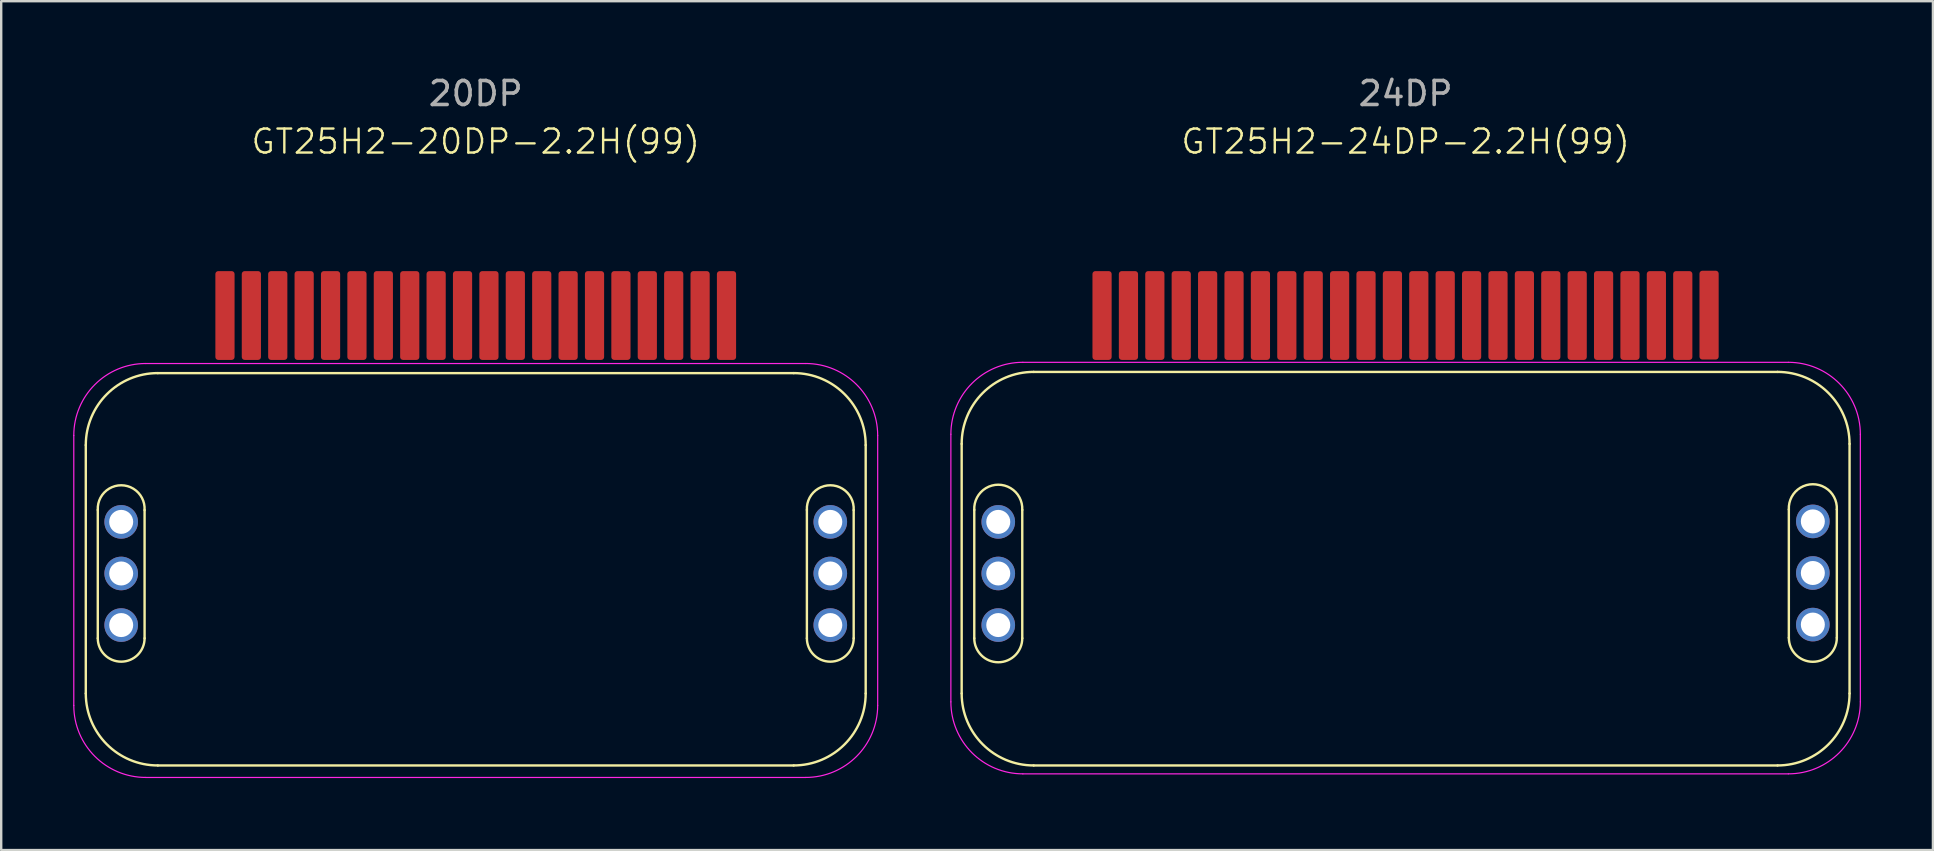
<source format=kicad_pcb>
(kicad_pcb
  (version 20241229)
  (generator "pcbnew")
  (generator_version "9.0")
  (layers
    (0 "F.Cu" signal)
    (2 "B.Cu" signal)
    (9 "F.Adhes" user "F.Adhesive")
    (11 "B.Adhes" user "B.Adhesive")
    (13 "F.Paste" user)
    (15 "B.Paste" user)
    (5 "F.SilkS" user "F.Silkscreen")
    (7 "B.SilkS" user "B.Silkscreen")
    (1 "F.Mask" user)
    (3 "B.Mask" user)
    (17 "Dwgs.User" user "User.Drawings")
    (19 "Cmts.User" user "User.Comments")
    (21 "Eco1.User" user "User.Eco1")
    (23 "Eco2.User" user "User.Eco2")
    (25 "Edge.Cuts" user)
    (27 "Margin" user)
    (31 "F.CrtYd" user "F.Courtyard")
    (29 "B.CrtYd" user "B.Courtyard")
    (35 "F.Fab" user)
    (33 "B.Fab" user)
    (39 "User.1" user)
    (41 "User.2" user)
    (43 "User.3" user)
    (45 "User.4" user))
  (footprint "GT25H2-20DP-2.2H(99)"
    (layer "F.Cu")
    (at 16.775 7.848)
    (property "Reference" "GT25H2-20DP-2.2H(99)" (at 0 -5 0) (unlocked yes) (layer "F.SilkS") (effects (font (size 1 1) (thickness 0.1))))
    (attr smd)
    (fp_line (start -16.25 18) (end -16.25 7.65) (stroke (width 0.1) (type default)) (layer "F.SilkS"))
    (fp_line (start -15.75 15.7) (end -15.75 10.351) (stroke (width 0.1) (type default)) (layer "F.SilkS"))
    (fp_line (start -13.8 10.359) (end -13.8 15.7) (stroke (width 0.1) (type default)) (layer "F.SilkS"))
    (fp_line (start -13.25 4.65) (end 13.25 4.65) (stroke (width 0.1) (type default)) (layer "F.SilkS"))
    (fp_line (start 13.25 21) (end -13.25 21) (stroke (width 0.1) (type default)) (layer "F.SilkS"))
    (fp_line (start 13.8 15.7) (end 13.8 10.351) (stroke (width 0.1) (type default)) (layer "F.SilkS"))
    (fp_line (start 15.75 10.359) (end 15.75 15.7) (stroke (width 0.1) (type default)) (layer "F.SilkS"))
    (fp_line (start 16.25 7.65) (end 16.25 18) (stroke (width 0.1) (type default)) (layer "F.SilkS"))
    (fp_arc (start -16.25 7.65) (mid -15.37132 5.52868) (end -13.25 4.65) (stroke (width 0.1) (type default)) (layer "F.SilkS"))
    (fp_arc (start -15.75 10.351249) (mid -14.771286 9.324975) (end -13.800409 10.358665) (stroke (width 0.1) (type solid)) (layer "F.SilkS"))
    (fp_arc (start -13.8 15.7) (mid -14.775 16.675) (end -15.75 15.7) (stroke (width 0.1) (type solid)) (layer "F.SilkS"))
    (fp_arc (start -13.25 21) (mid -15.37132 20.12132) (end -16.25 18) (stroke (width 0.1) (type default)) (layer "F.SilkS"))
    (fp_arc (start 13.25 4.65) (mid 15.37132 5.52868) (end 16.25 7.65) (stroke (width 0.1) (type default)) (layer "F.SilkS"))
    (fp_arc (start 13.8 10.351249) (mid 14.778714 9.324975) (end 15.749591 10.358665) (stroke (width 0.1) (type solid)) (layer "F.SilkS"))
    (fp_arc (start 15.75 15.7) (mid 14.775 16.675) (end 13.8 15.7) (stroke (width 0.1) (type solid)) (layer "F.SilkS"))
    (fp_arc (start 16.25 18) (mid 15.37132 20.12132) (end 13.25 21) (stroke (width 0.1) (type default)) (layer "F.SilkS"))
    (fp_line (start -16.75 18.5) (end -16.75 7.25) (stroke (width 0.05) (type default)) (layer "F.CrtYd"))
    (fp_line (start -13.75 4.25) (end 13.75 4.25) (stroke (width 0.05) (type default)) (layer "F.CrtYd"))
    (fp_line (start 13.75 21.5) (end -13.75 21.5) (stroke (width 0.05) (type default)) (layer "F.CrtYd"))
    (fp_line (start 16.75 7.25) (end 16.75 18.5) (stroke (width 0.05) (type default)) (layer "F.CrtYd"))
    (fp_arc (start -16.75 7.25) (mid -15.87132 5.12868) (end -13.75 4.25) (stroke (width 0.05) (type default)) (layer "F.CrtYd"))
    (fp_arc (start -13.75 21.5) (mid -15.87132 20.62132) (end -16.75 18.5) (stroke (width 0.05) (type default)) (layer "F.CrtYd"))
    (fp_arc (start 13.75 4.25) (mid 15.87132 5.12868) (end 16.75 7.25) (stroke (width 0.05) (type default)) (layer "F.CrtYd"))
    (fp_arc (start 16.75 18.5) (mid 15.87132 20.62132) (end 13.75 21.5) (stroke (width 0.05) (type default)) (layer "F.CrtYd"))
    (fp_text user "20DP" (at 0 -7 0) (unlocked yes) (layer "F.Fab") (effects (font (size 1 1) (thickness 0.15))))
    (pad "" np_thru_hole circle (at -14.775 10.85) (size 1.4 1.4) (drill 1) (layers "*.Cu" "*.Mask"))
    (pad "" np_thru_hole circle (at -14.775 13) (size 1.4 1.4) (drill 1) (layers "*.Cu" "*.Mask"))
    (pad "" np_thru_hole circle (at -14.775 15.15) (size 1.4 1.4) (drill 1) (layers "*.Cu" "*.Mask"))
    (pad "" np_thru_hole circle (at 14.775 10.85) (size 1.4 1.4) (drill 1) (layers "*.Cu" "*.Mask"))
    (pad "" np_thru_hole circle (at 14.775 13) (size 1.4 1.4) (drill 1) (layers "*.Cu" "*.Mask"))
    (pad "" np_thru_hole circle (at 14.775 15.15) (size 1.4 1.4) (drill 1) (layers "*.Cu" "*.Mask"))
    (pad "1" smd roundrect (at 9.35 2.25) (size 0.8 3.7) (layers "F.Cu" "F.Mask" "F.Paste") (roundrect_rratio 0.15))
    (pad "2" smd roundrect (at 7.15 2.25) (size 0.8 3.7) (layers "F.Cu" "F.Mask" "F.Paste") (roundrect_rratio 0.15))
    (pad "3" smd roundrect (at 4.95 2.25) (size 0.8 3.7) (layers "F.Cu" "F.Mask" "F.Paste") (roundrect_rratio 0.15))
    (pad "4" smd roundrect (at 2.75 2.25) (size 0.8 3.7) (layers "F.Cu" "F.Mask" "F.Paste") (roundrect_rratio 0.15))
    (pad "5" smd roundrect (at 0.55 2.25) (size 0.8 3.7) (layers "F.Cu" "F.Mask" "F.Paste") (roundrect_rratio 0.15))
    (pad "6" smd roundrect (at -1.65 2.25) (size 0.8 3.7) (layers "F.Cu" "F.Mask" "F.Paste") (roundrect_rratio 0.15))
    (pad "7" smd roundrect (at -3.85 2.25) (size 0.8 3.7) (layers "F.Cu" "F.Mask" "F.Paste") (roundrect_rratio 0.15))
    (pad "8" smd roundrect (at -6.05 2.25) (size 0.8 3.7) (layers "F.Cu" "F.Mask" "F.Paste") (roundrect_rratio 0.15))
    (pad "9" smd roundrect (at -8.25 2.25) (size 0.8 3.7) (layers "F.Cu" "F.Mask" "F.Paste") (roundrect_rratio 0.15))
    (pad "10" smd roundrect (at -10.45 2.25) (size 0.8 3.7) (layers "F.Cu" "F.Mask" "F.Paste") (roundrect_rratio 0.15))
    (pad "11" smd roundrect (at 10.45 2.25) (size 0.8 3.7) (layers "F.Cu" "F.Mask" "F.Paste") (roundrect_rratio 0.15))
    (pad "12" smd roundrect (at 8.25 2.25) (size 0.8 3.7) (layers "F.Cu" "F.Mask" "F.Paste") (roundrect_rratio 0.15))
    (pad "13" smd roundrect (at 6.05 2.25) (size 0.8 3.7) (layers "F.Cu" "F.Mask" "F.Paste") (roundrect_rratio 0.15))
    (pad "14" smd roundrect (at 3.85 2.25) (size 0.8 3.7) (layers "F.Cu" "F.Mask" "F.Paste") (roundrect_rratio 0.15))
    (pad "15" smd roundrect (at 1.65 2.25) (size 0.8 3.7) (layers "F.Cu" "F.Mask" "F.Paste") (roundrect_rratio 0.15))
    (pad "16" smd roundrect (at -0.55 2.25) (size 0.8 3.7) (layers "F.Cu" "F.Mask" "F.Paste") (roundrect_rratio 0.15))
    (pad "17" smd roundrect (at -2.75 2.25) (size 0.8 3.7) (layers "F.Cu" "F.Mask" "F.Paste") (roundrect_rratio 0.15))
    (pad "18" smd roundrect (at -4.95 2.25) (size 0.8 3.7) (layers "F.Cu" "F.Mask" "F.Paste") (roundrect_rratio 0.15))
    (pad "19" smd roundrect (at -7.15 2.25) (size 0.8 3.7) (layers "F.Cu" "F.Mask" "F.Paste") (roundrect_rratio 0.15))
    (pad "20" smd roundrect (at -9.35 2.25) (size 0.8 3.7) (layers "F.Cu" "F.Mask" "F.Paste") (roundrect_rratio 0.15)))
  (footprint "GT25H2-24DP-2.2H(99)"
    (layer "F.Cu")
    (at 55.525 7.848)
    (property "Reference" "GT25H2-24DP-2.2H(99)" (at 0 -5 0) (unlocked yes) (layer "F.SilkS") (effects (font (size 1 1) (thickness 0.1))))
    (attr smd)
    (fp_line (start -18.5 18) (end -18.5 7.6) (stroke (width 0.1) (type default)) (layer "F.SilkS"))
    (fp_line (start -17.975 15.7) (end -17.975 10.351) (stroke (width 0.1) (type default)) (layer "F.SilkS"))
    (fp_line (start -15.975 10.351) (end -15.975 15.7) (stroke (width 0.1) (type default)) (layer "F.SilkS"))
    (fp_line (start -15.5 4.6) (end 15.5 4.6) (stroke (width 0.1) (type default)) (layer "F.SilkS"))
    (fp_line (start 15.5 21) (end -15.5 21) (stroke (width 0.1) (type default)) (layer "F.SilkS"))
    (fp_line (start 15.97 15.68) (end 15.97 10.331) (stroke (width 0.1) (type default)) (layer "F.SilkS"))
    (fp_line (start 17.97 10.331) (end 17.97 15.68) (stroke (width 0.1) (type default)) (layer "F.SilkS"))
    (fp_line (start 18.5 7.6) (end 18.5 18) (stroke (width 0.1) (type default)) (layer "F.SilkS"))
    (fp_arc (start -18.5 7.6) (mid -17.62132 5.47868) (end -15.5 4.6) (stroke (width 0.1) (type default)) (layer "F.SilkS"))
    (fp_arc (start -17.975 10.351249) (mid -16.975 9.3) (end -15.975 10.351249) (stroke (width 0.1) (type default)) (layer "F.SilkS"))
    (fp_arc (start -15.975 15.7) (mid -16.975 16.7) (end -17.975 15.7) (stroke (width 0.1) (type default)) (layer "F.SilkS"))
    (fp_arc (start -15.5 21) (mid -17.62132 20.12132) (end -18.5 18) (stroke (width 0.1) (type default)) (layer "F.SilkS"))
    (fp_arc (start 15.5 4.6) (mid 17.62132 5.47868) (end 18.5 7.6) (stroke (width 0.1) (type default)) (layer "F.SilkS"))
    (fp_arc (start 15.97 10.331249) (mid 16.97 9.28) (end 17.97 10.331249) (stroke (width 0.1) (type default)) (layer "F.SilkS"))
    (fp_arc (start 17.97 15.68) (mid 16.97 16.68) (end 15.97 15.68) (stroke (width 0.1) (type default)) (layer "F.SilkS"))
    (fp_arc (start 18.5 18) (mid 17.62132 20.12132) (end 15.5 21) (stroke (width 0.1) (type default)) (layer "F.SilkS"))
    (fp_line (start -18.95 18.35) (end -18.95 7.2) (stroke (width 0.05) (type default)) (layer "F.CrtYd"))
    (fp_line (start -15.95 4.2) (end 15.95 4.2) (stroke (width 0.05) (type default)) (layer "F.CrtYd"))
    (fp_line (start 15.95 21.35) (end -15.95 21.35) (stroke (width 0.05) (type default)) (layer "F.CrtYd"))
    (fp_line (start 18.95 7.2) (end 18.95 18.35) (stroke (width 0.05) (type default)) (layer "F.CrtYd"))
    (fp_arc (start -18.95 7.2) (mid -18.07132 5.07868) (end -15.95 4.2) (stroke (width 0.05) (type default)) (layer "F.CrtYd"))
    (fp_arc (start -15.95 21.35) (mid -18.07132 20.47132) (end -18.95 18.35) (stroke (width 0.05) (type default)) (layer "F.CrtYd"))
    (fp_arc (start 15.95 4.2) (mid 18.07132 5.07868) (end 18.95 7.2) (stroke (width 0.05) (type default)) (layer "F.CrtYd"))
    (fp_arc (start 18.95 18.35) (mid 18.07132 20.47132) (end 15.95 21.35) (stroke (width 0.05) (type default)) (layer "F.CrtYd"))
    (fp_text user "24DP" (at 0 -7 0) (unlocked yes) (layer "F.Fab") (effects (font (size 1 1) (thickness 0.15))))
    (pad "" np_thru_hole circle (at -16.975 10.85) (size 1.4 1.4) (drill 1) (layers "*.Cu" "*.Mask"))
    (pad "" np_thru_hole circle (at -16.975 13) (size 1.4 1.4) (drill 1) (layers "*.Cu" "*.Mask"))
    (pad "" np_thru_hole circle (at -16.975 15.15) (size 1.4 1.4) (drill 1) (layers "*.Cu" "*.Mask"))
    (pad "" np_thru_hole circle (at 16.97 10.83) (size 1.4 1.4) (drill 1) (layers "*.Cu" "*.Mask"))
    (pad "" np_thru_hole circle (at 16.97 12.98) (size 1.4 1.4) (drill 1) (layers "*.Cu" "*.Mask"))
    (pad "" np_thru_hole circle (at 16.97 15.13) (size 1.4 1.4) (drill 1) (layers "*.Cu" "*.Mask"))
    (pad "1" smd roundrect (at 11.55 2.25) (size 0.8 3.7) (layers "F.Cu" "F.Mask" "F.Paste") (roundrect_rratio 0.15))
    (pad "2" smd roundrect (at 9.35 2.25) (size 0.8 3.7) (layers "F.Cu" "F.Mask" "F.Paste") (roundrect_rratio 0.15))
    (pad "3" smd roundrect (at 7.15 2.25) (size 0.8 3.7) (layers "F.Cu" "F.Mask" "F.Paste") (roundrect_rratio 0.15))
    (pad "4" smd roundrect (at 4.95 2.25) (size 0.8 3.7) (layers "F.Cu" "F.Mask" "F.Paste") (roundrect_rratio 0.15))
    (pad "5" smd roundrect (at 2.75 2.25) (size 0.8 3.7) (layers "F.Cu" "F.Mask" "F.Paste") (roundrect_rratio 0.15))
    (pad "6" smd roundrect (at 0.55 2.25) (size 0.8 3.7) (layers "F.Cu" "F.Mask" "F.Paste") (roundrect_rratio 0.15))
    (pad "7" smd roundrect (at -1.65 2.25) (size 0.8 3.7) (layers "F.Cu" "F.Mask" "F.Paste") (roundrect_rratio 0.15))
    (pad "8" smd roundrect (at -3.85 2.25) (size 0.8 3.7) (layers "F.Cu" "F.Mask" "F.Paste") (roundrect_rratio 0.15))
    (pad "9" smd roundrect (at -6.05 2.25) (size 0.8 3.7) (layers "F.Cu" "F.Mask" "F.Paste") (roundrect_rratio 0.15))
    (pad "10" smd roundrect (at -8.25 2.25) (size 0.8 3.7) (layers "F.Cu" "F.Mask" "F.Paste") (roundrect_rratio 0.15))
    (pad "11" smd roundrect (at -10.45 2.25) (size 0.8 3.7) (layers "F.Cu" "F.Mask" "F.Paste") (roundrect_rratio 0.15))
    (pad "12" smd roundrect (at -12.65 2.25) (size 0.8 3.7) (layers "F.Cu" "F.Mask" "F.Paste") (roundrect_rratio 0.15))
    (pad "13" smd roundrect (at 12.646 2.234) (size 0.8 3.7) (layers "F.Cu" "F.Mask" "F.Paste") (roundrect_rratio 0.15))
    (pad "14" smd roundrect (at 10.45 2.25) (size 0.8 3.7) (layers "F.Cu" "F.Mask" "F.Paste") (roundrect_rratio 0.15))
    (pad "15" smd roundrect (at 8.25 2.25) (size 0.8 3.7) (layers "F.Cu" "F.Mask" "F.Paste") (roundrect_rratio 0.15))
    (pad "16" smd roundrect (at 6.05 2.25) (size 0.8 3.7) (layers "F.Cu" "F.Mask" "F.Paste") (roundrect_rratio 0.15))
    (pad "17" smd roundrect (at 3.85 2.25) (size 0.8 3.7) (layers "F.Cu" "F.Mask" "F.Paste") (roundrect_rratio 0.15))
    (pad "18" smd roundrect (at 1.65 2.25) (size 0.8 3.7) (layers "F.Cu" "F.Mask" "F.Paste") (roundrect_rratio 0.15))
    (pad "19" smd roundrect (at -0.55 2.25) (size 0.8 3.7) (layers "F.Cu" "F.Mask" "F.Paste") (roundrect_rratio 0.15))
    (pad "20" smd roundrect (at -2.75 2.25) (size 0.8 3.7) (layers "F.Cu" "F.Mask" "F.Paste") (roundrect_rratio 0.15))
    (pad "21" smd roundrect (at -4.95 2.25) (size 0.8 3.7) (layers "F.Cu" "F.Mask" "F.Paste") (roundrect_rratio 0.15))
    (pad "22" smd roundrect (at -7.15 2.25) (size 0.8 3.7) (layers "F.Cu" "F.Mask" "F.Paste") (roundrect_rratio 0.15))
    (pad "23" smd roundrect (at -9.35 2.25) (size 0.8 3.7) (layers "F.Cu" "F.Mask" "F.Paste") (roundrect_rratio 0.15))
    (pad "24" smd roundrect (at -11.55 2.25) (size 0.8 3.7) (layers "F.Cu" "F.Mask" "F.Paste") (roundrect_rratio 0.15)))
  (gr_rect
    (start -3 -3)
    (end 77.5 32.373)
    (stroke (width 0.1) (type default))
    (fill no)
    (layer "Edge.Cuts")))
</source>
